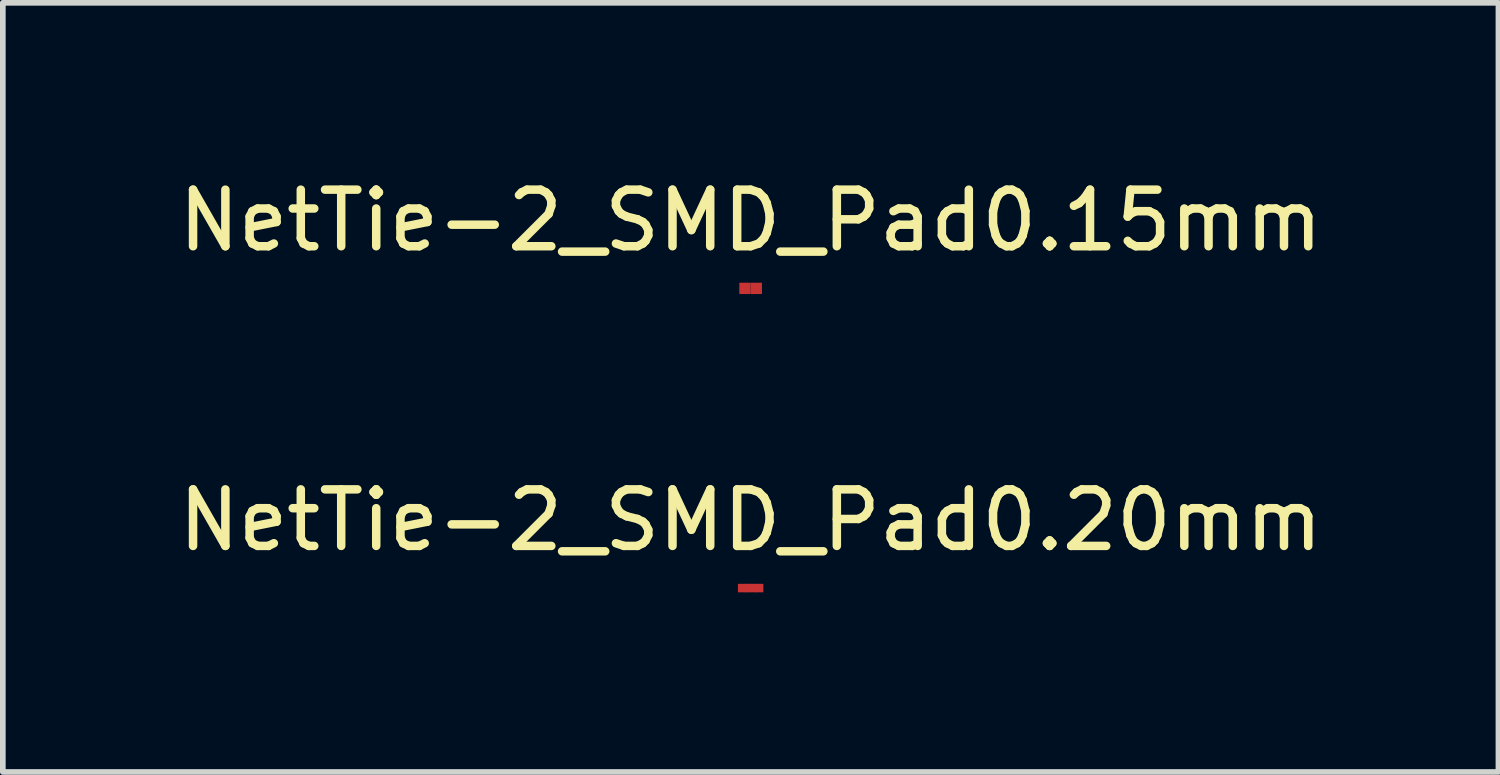
<source format=kicad_pcb>
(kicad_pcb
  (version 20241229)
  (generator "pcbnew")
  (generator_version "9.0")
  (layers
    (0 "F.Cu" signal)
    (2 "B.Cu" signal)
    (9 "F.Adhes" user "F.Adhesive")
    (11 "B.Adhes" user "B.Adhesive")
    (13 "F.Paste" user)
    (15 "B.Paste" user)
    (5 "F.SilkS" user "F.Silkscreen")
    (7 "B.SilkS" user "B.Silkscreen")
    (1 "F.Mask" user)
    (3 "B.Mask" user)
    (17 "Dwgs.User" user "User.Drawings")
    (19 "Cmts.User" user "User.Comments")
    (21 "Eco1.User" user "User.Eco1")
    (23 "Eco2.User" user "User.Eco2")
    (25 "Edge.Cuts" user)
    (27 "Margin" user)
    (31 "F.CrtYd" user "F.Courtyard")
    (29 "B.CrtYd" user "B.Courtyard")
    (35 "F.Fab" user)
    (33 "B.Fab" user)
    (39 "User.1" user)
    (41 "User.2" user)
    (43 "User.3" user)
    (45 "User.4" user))
  (footprint "NetTie-2_SMD_Pad0.15mm"
    (layer "F.Cu")
    (at 10.22 2.048)
    (property "Reference" "NetTie-2_SMD_Pad0.15mm" (at 0 -1.2 0) (layer "F.SilkS") (effects (font (size 1 1) (thickness 0.15))))
    (attr smd exclude_from_pos_files exclude_from_bom allow_missing_courtyard)
    (pad "1" connect rect (at -0.1 0) (size 0.2 0.2) (layers "F.Cu"))
    (pad "2" connect rect (at 0.1 0) (size 0.2 0.2) (layers "F.Cu")))
  (footprint "NetTie-2_SMD_Pad0.20mm"
    (layer "F.Cu")
    (at 10.22 7.346)
    (property "Reference" "NetTie-2_SMD_Pad0.20mm" (at 0 -1.2 0) (layer "F.SilkS") (effects (font (size 1 1) (thickness 0.15))))
    (attr smd exclude_from_pos_files exclude_from_bom allow_missing_courtyard)
    (fp_line (start -0.075 0) (end 0.075 0) (stroke (width 0.15) (type default)) (layer "F.Cu"))
    (pad "1" connect rect (at -0.15 0) (size 0.15 0.15) (layers "F.Cu"))
    (pad "2" connect rect (at 0.15 0) (size 0.15 0.15) (layers "F.Cu")))
  (gr_rect
    (start -3 -3)
    (end 23.44 10.597)
    (stroke (width 0.1) (type default))
    (fill no)
    (layer "Edge.Cuts")))
</source>
